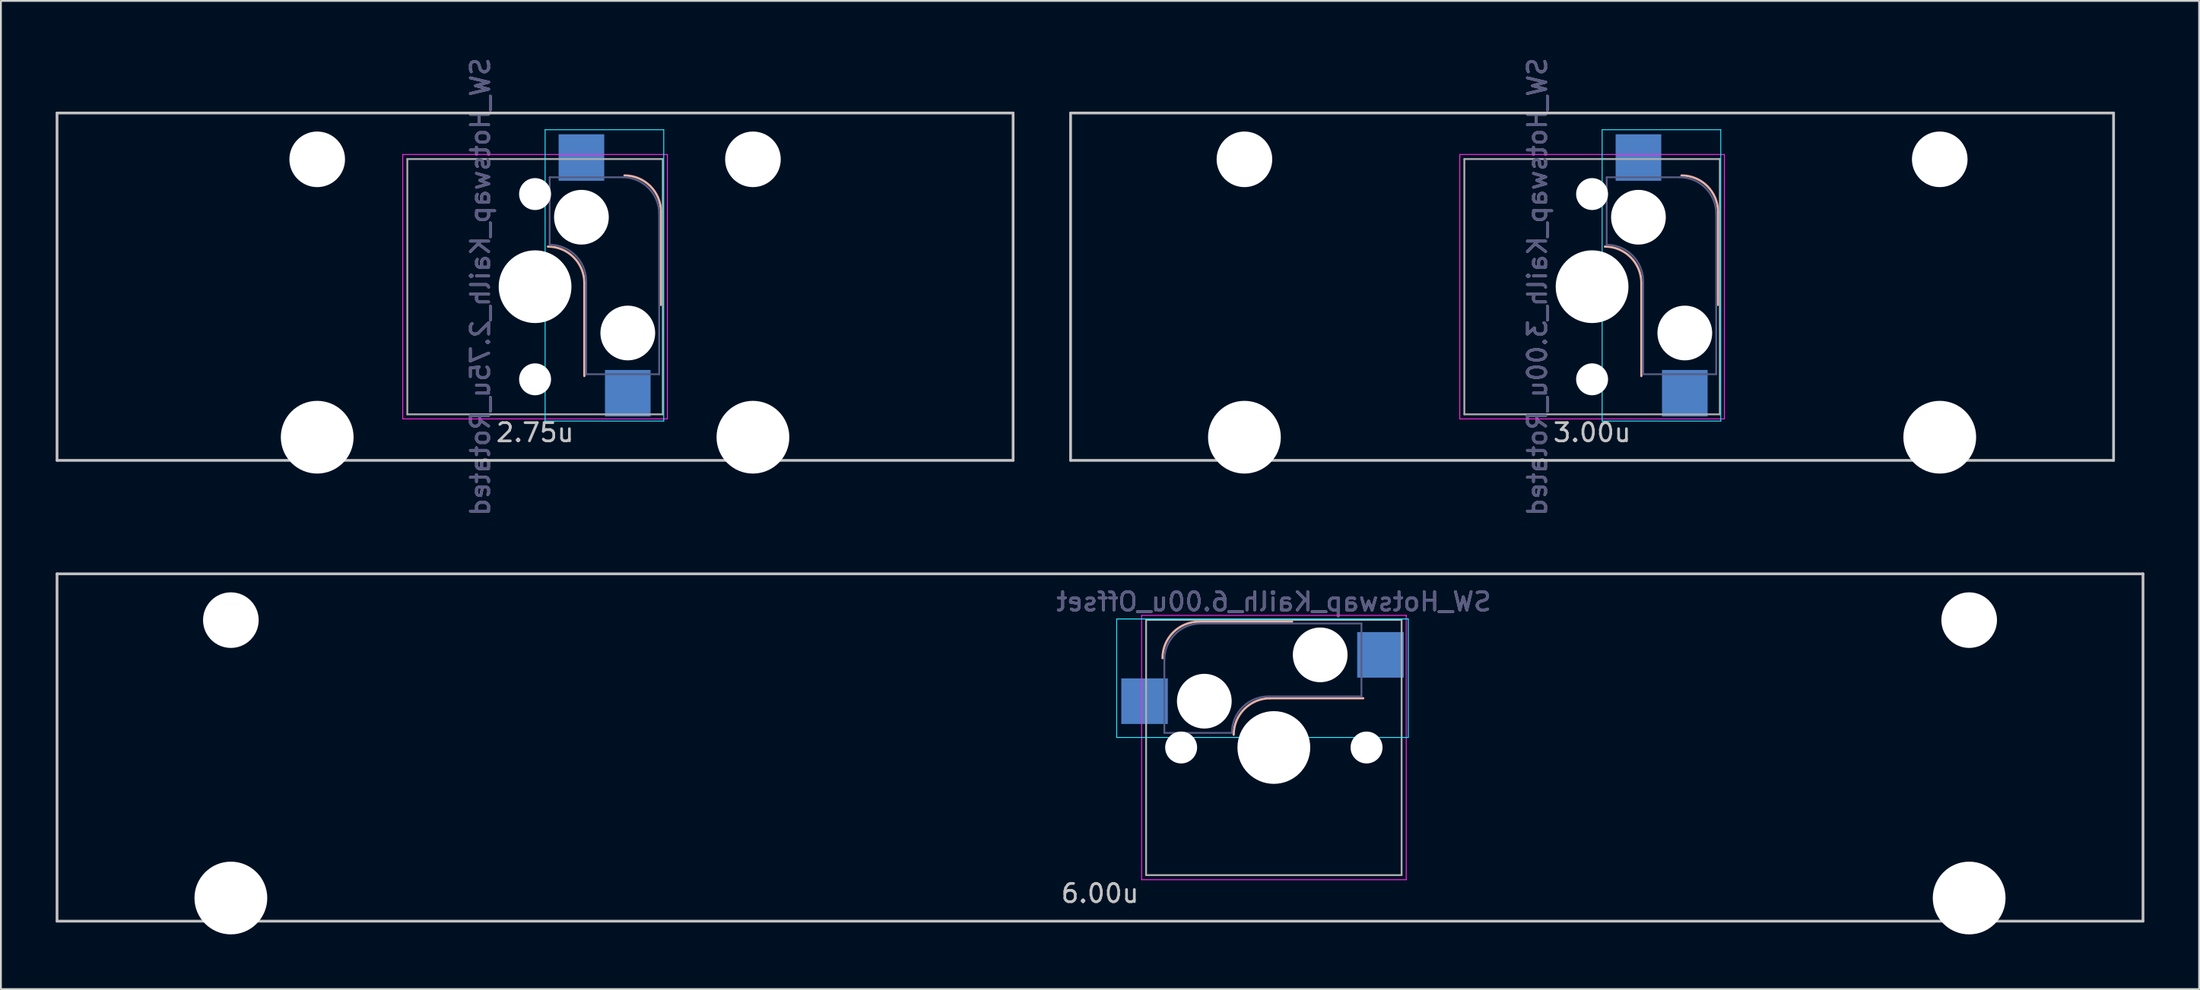
<source format=kicad_pcb>
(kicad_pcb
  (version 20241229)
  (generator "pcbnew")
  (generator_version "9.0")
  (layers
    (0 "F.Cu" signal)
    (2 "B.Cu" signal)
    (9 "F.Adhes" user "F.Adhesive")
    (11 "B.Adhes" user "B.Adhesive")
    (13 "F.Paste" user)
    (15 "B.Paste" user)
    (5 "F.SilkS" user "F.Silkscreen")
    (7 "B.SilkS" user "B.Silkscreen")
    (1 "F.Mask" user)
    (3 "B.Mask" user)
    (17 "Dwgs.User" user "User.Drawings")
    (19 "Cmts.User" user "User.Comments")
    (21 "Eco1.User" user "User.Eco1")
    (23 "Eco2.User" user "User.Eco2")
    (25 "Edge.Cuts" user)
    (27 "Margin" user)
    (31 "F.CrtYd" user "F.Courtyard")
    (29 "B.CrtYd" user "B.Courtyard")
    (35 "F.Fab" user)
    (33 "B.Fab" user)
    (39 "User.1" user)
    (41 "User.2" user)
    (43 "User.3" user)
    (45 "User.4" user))
  (footprint "SW_Hotswap_Kailh_6.00u_Offset"
    (layer "F.Cu")
    (at 57.225 37.945)
    (property "Reference" "SW_Hotswap_Kailh_6.00u_Offset" (at 9.525 -8 0) (layer "B.SilkS") (effects (font (size 1 1) (thickness 0.15)) (justify mirror)))
    (attr smd)
    (fp_line (start 10.525 -6.9) (end 5.425 -6.9) (stroke (width 0.12) (type solid)) (layer "B.SilkS"))
    (fp_line (start 14.425 -2.7) (end 9.325 -2.7) (stroke (width 0.12) (type solid)) (layer "B.SilkS"))
    (fp_arc (start 3.425 -4.9) (mid 4.010786 -6.314214) (end 5.425 -6.9) (stroke (width 0.12) (type solid)) (layer "B.SilkS"))
    (fp_arc (start 7.325 -0.7) (mid 7.910786 -2.114214) (end 9.325 -2.7) (stroke (width 0.12) (type solid)) (layer "B.SilkS"))
    (fp_line (start -57.15 -9.525) (end 57.15 -9.525) (stroke (width 0.15) (type solid)) (layer "Dwgs.User"))
    (fp_line (start -57.15 9.525) (end -57.15 -9.525) (stroke (width 0.15) (type solid)) (layer "Dwgs.User"))
    (fp_line (start -57.15 9.525) (end 57.15 9.525) (stroke (width 0.15) (type solid)) (layer "Dwgs.User"))
    (fp_line (start 57.15 -9.525) (end 57.15 9.525) (stroke (width 0.15) (type solid)) (layer "Dwgs.User"))
    (fp_line (start 0.915 -7.05) (end 16.89 -7.05) (stroke (width 0.05) (type solid)) (layer "B.CrtYd"))
    (fp_line (start 0.915 -0.55) (end 0.915 -7.05) (stroke (width 0.05) (type solid)) (layer "B.CrtYd"))
    (fp_line (start 0.915 -0.55) (end 16.89 -0.55) (stroke (width 0.05) (type solid)) (layer "B.CrtYd"))
    (fp_line (start 16.89 -7.05) (end 16.89 -0.55) (stroke (width 0.05) (type solid)) (layer "B.CrtYd"))
    (fp_line (start 2.28 -7.25) (end 16.78 -7.25) (stroke (width 0.05) (type solid)) (layer "F.CrtYd"))
    (fp_line (start 2.28 7.25) (end 2.28 -7.25) (stroke (width 0.05) (type solid)) (layer "F.CrtYd"))
    (fp_line (start 16.78 -7.25) (end 16.78 7.25) (stroke (width 0.05) (type solid)) (layer "F.CrtYd"))
    (fp_line (start 16.78 7.25) (end 2.28 7.25) (stroke (width 0.05) (type solid)) (layer "F.CrtYd"))
    (fp_line (start 3.525 -0.8) (end 3.525 -4.8) (stroke (width 0.1) (type solid)) (layer "B.Fab"))
    (fp_line (start 3.525 -0.8) (end 7.225 -0.8) (stroke (width 0.1) (type solid)) (layer "B.Fab"))
    (fp_line (start 5.525 -6.8) (end 14.325 -6.8) (stroke (width 0.1) (type solid)) (layer "B.Fab"))
    (fp_line (start 9.225 -2.8) (end 14.325 -2.8) (stroke (width 0.1) (type solid)) (layer "B.Fab"))
    (fp_line (start 14.325 -6.8) (end 14.325 -2.8) (stroke (width 0.1) (type solid)) (layer "B.Fab"))
    (fp_arc (start 3.525 -4.8) (mid 4.110786 -6.214214) (end 5.525 -6.8) (stroke (width 0.1) (type solid)) (layer "B.Fab"))
    (fp_arc (start 7.225 -0.8) (mid 7.810786 -2.214214) (end 9.225 -2.8) (stroke (width 0.1) (type solid)) (layer "B.Fab"))
    (fp_line (start 2.525 -7) (end 16.525 -7) (stroke (width 0.1) (type solid)) (layer "F.Fab"))
    (fp_line (start 2.525 7) (end 2.525 -7) (stroke (width 0.1) (type solid)) (layer "F.Fab"))
    (fp_line (start 16.525 -7) (end 16.525 7) (stroke (width 0.1) (type solid)) (layer "F.Fab"))
    (fp_line (start 16.525 7) (end 2.525 7) (stroke (width 0.1) (type solid)) (layer "F.Fab"))
    (fp_text user "6.00u" (at 0 8 0) (layer "Dwgs.User") (effects (font (size 1 1) (thickness 0.15))))
    (fp_text user "${REFERENCE}" (at 9.525 -8 0) (layer "B.Fab") (effects (font (size 1 1) (thickness 0.15)) (justify mirror)))
    (pad "" np_thru_hole circle (at -47.625 -6.985) (size 3.048 3.048) (drill 3.048) (layers "*.Cu" "*.Mask"))
    (pad "" np_thru_hole circle (at -47.625 8.255) (size 3.988 3.988) (drill 3.988) (layers "*.Cu" "*.Mask"))
    (pad "" np_thru_hole circle (at 4.445 0 48.1) (size 1.75 1.75) (drill 1.75) (layers "*.Cu" "*.Mask"))
    (pad "" np_thru_hole circle (at 5.715 -2.54) (size 3 3) (drill 3) (layers "*.Cu" "*.Mask"))
    (pad "" np_thru_hole circle (at 9.525 0) (size 3.988 3.988) (drill 3.988) (layers "*.Cu" "*.Mask"))
    (pad "" np_thru_hole circle (at 12.065 -5.08) (size 3 3) (drill 3) (layers "*.Cu" "*.Mask"))
    (pad "" np_thru_hole circle (at 14.605 0 48.1) (size 1.75 1.75) (drill 1.75) (layers "*.Cu" "*.Mask"))
    (pad "" np_thru_hole circle (at 47.625 -6.985) (size 3.048 3.048) (drill 3.048) (layers "*.Cu" "*.Mask"))
    (pad "" np_thru_hole circle (at 47.625 8.255) (size 3.988 3.988) (drill 3.988) (layers "*.Cu" "*.Mask"))
    (pad "1" smd rect (at 2.44 -2.54) (size 2.55 2.5) (layers "B.Cu" "B.Mask" "B.Paste"))
    (pad "2" smd rect (at 15.367 -5.08) (size 2.55 2.5) (layers "B.Cu" "B.Mask" "B.Paste")))
  (footprint "SW_Hotswap_Kailh_3.00u_Rotated"
    (layer "F.Cu")
    (at 84.188 12.673)
    (property "Reference" "SW_Hotswap_Kailh_3.00u_Rotated" (at -3 0 90) (layer "B.SilkS") (effects (font (size 1 1) (thickness 0.15)) (justify mirror)))
    (attr smd)
    (fp_line (start 2.7 4.9) (end 2.7 -0.2) (stroke (width 0.12) (type solid)) (layer "B.SilkS"))
    (fp_line (start 6.9 1) (end 6.9 -4.1) (stroke (width 0.12) (type solid)) (layer "B.SilkS"))
    (fp_arc (start 0.7 -2.2) (mid 2.114214 -1.614214) (end 2.7 -0.2) (stroke (width 0.12) (type solid)) (layer "B.SilkS"))
    (fp_arc (start 4.9 -6.1) (mid 6.314214 -5.514214) (end 6.9 -4.1) (stroke (width 0.12) (type solid)) (layer "B.SilkS"))
    (fp_line (start -28.575 -9.525) (end 28.575 -9.525) (stroke (width 0.15) (type solid)) (layer "Dwgs.User"))
    (fp_line (start -28.575 9.525) (end -28.575 -9.525) (stroke (width 0.15) (type solid)) (layer "Dwgs.User"))
    (fp_line (start -28.575 9.525) (end 28.575 9.525) (stroke (width 0.15) (type solid)) (layer "Dwgs.User"))
    (fp_line (start 28.575 -9.525) (end 28.575 9.525) (stroke (width 0.15) (type solid)) (layer "Dwgs.User"))
    (fp_line (start 0.55 -8.61) (end 0.55 7.37) (stroke (width 0.05) (type solid)) (layer "B.CrtYd"))
    (fp_line (start 0.55 -8.61) (end 7.05 -8.61) (stroke (width 0.05) (type solid)) (layer "B.CrtYd"))
    (fp_line (start 7.05 -8.61) (end 7.05 7.37) (stroke (width 0.05) (type solid)) (layer "B.CrtYd"))
    (fp_line (start 7.05 7.37) (end 0.55 7.37) (stroke (width 0.05) (type solid)) (layer "B.CrtYd"))
    (fp_line (start -7.25 -7.25) (end 7.25 -7.25) (stroke (width 0.05) (type solid)) (layer "F.CrtYd"))
    (fp_line (start -7.25 7.25) (end -7.25 -7.25) (stroke (width 0.05) (type solid)) (layer "F.CrtYd"))
    (fp_line (start 7.25 -7.25) (end 7.25 7.25) (stroke (width 0.05) (type solid)) (layer "F.CrtYd"))
    (fp_line (start 7.25 7.25) (end -7.25 7.25) (stroke (width 0.05) (type solid)) (layer "F.CrtYd"))
    (fp_line (start 0.8 -6) (end 0.8 -2.3) (stroke (width 0.1) (type solid)) (layer "B.Fab"))
    (fp_line (start 0.8 -6) (end 4.8 -6) (stroke (width 0.1) (type solid)) (layer "B.Fab"))
    (fp_line (start 2.8 -0.3) (end 2.8 4.8) (stroke (width 0.1) (type solid)) (layer "B.Fab"))
    (fp_line (start 6.8 -4) (end 6.8 4.8) (stroke (width 0.1) (type solid)) (layer "B.Fab"))
    (fp_line (start 6.8 4.8) (end 2.8 4.8) (stroke (width 0.1) (type solid)) (layer "B.Fab"))
    (fp_arc (start 0.8 -2.3) (mid 2.214214 -1.714214) (end 2.8 -0.3) (stroke (width 0.1) (type solid)) (layer "B.Fab"))
    (fp_arc (start 4.8 -6) (mid 6.214214 -5.414214) (end 6.8 -4) (stroke (width 0.1) (type solid)) (layer "B.Fab"))
    (fp_line (start -7 -7) (end 7 -7) (stroke (width 0.1) (type solid)) (layer "F.Fab"))
    (fp_line (start -7 7) (end -7 -7) (stroke (width 0.1) (type solid)) (layer "F.Fab"))
    (fp_line (start 7 -7) (end 7 7) (stroke (width 0.1) (type solid)) (layer "F.Fab"))
    (fp_line (start 7 7) (end -7 7) (stroke (width 0.1) (type solid)) (layer "F.Fab"))
    (fp_text user "3.00u" (at 0 8 0) (layer "Dwgs.User") (effects (font (size 1 1) (thickness 0.15))))
    (fp_text user "${REFERENCE}" (at -3 0 90) (layer "B.Fab") (effects (font (size 1 1) (thickness 0.15)) (justify mirror)))
    (pad "" np_thru_hole circle (at -19.05 -6.985) (size 3.048 3.048) (drill 3.048) (layers "*.Cu" "*.Mask"))
    (pad "" np_thru_hole circle (at -19.05 8.255) (size 3.988 3.988) (drill 3.988) (layers "*.Cu" "*.Mask"))
    (pad "" np_thru_hole circle (at 0 -5.08 318.1) (size 1.75 1.75) (drill 1.75) (layers "*.Cu" "*.Mask"))
    (pad "" np_thru_hole circle (at 0 0 270) (size 3.988 3.988) (drill 3.988) (layers "*.Cu" "*.Mask"))
    (pad "" np_thru_hole circle (at 0 5.08 318.1) (size 1.75 1.75) (drill 1.75) (layers "*.Cu" "*.Mask"))
    (pad "" np_thru_hole circle (at 2.54 -3.81 270) (size 3 3) (drill 3) (layers "*.Cu" "*.Mask"))
    (pad "" np_thru_hole circle (at 5.08 2.54 270) (size 3 3) (drill 3) (layers "*.Cu" "*.Mask"))
    (pad "" np_thru_hole circle (at 19.05 -6.985) (size 3.048 3.048) (drill 3.048) (layers "*.Cu" "*.Mask"))
    (pad "" np_thru_hole circle (at 19.05 8.255) (size 3.988 3.988) (drill 3.988) (layers "*.Cu" "*.Mask"))
    (pad "1" smd rect (at 2.54 -7.085 270) (size 2.55 2.5) (layers "B.Cu" "B.Mask" "B.Paste"))
    (pad "2" smd rect (at 5.08 5.842 270) (size 2.55 2.5) (layers "B.Cu" "B.Mask" "B.Paste")))
  (footprint "SW_Hotswap_Kailh_2.75u_Rotated"
    (layer "F.Cu")
    (at 26.269 12.673)
    (property "Reference" "SW_Hotswap_Kailh_2.75u_Rotated" (at -3 0 90) (layer "B.SilkS") (effects (font (size 1 1) (thickness 0.15)) (justify mirror)))
    (attr smd)
    (fp_line (start 2.7 4.9) (end 2.7 -0.2) (stroke (width 0.12) (type solid)) (layer "B.SilkS"))
    (fp_line (start 6.9 1) (end 6.9 -4.1) (stroke (width 0.12) (type solid)) (layer "B.SilkS"))
    (fp_arc (start 0.7 -2.2) (mid 2.114214 -1.614214) (end 2.7 -0.2) (stroke (width 0.12) (type solid)) (layer "B.SilkS"))
    (fp_arc (start 4.9 -6.1) (mid 6.314214 -5.514214) (end 6.9 -4.1) (stroke (width 0.12) (type solid)) (layer "B.SilkS"))
    (fp_line (start -26.194 -9.525) (end 26.194 -9.525) (stroke (width 0.15) (type solid)) (layer "Dwgs.User"))
    (fp_line (start -26.194 9.525) (end -26.194 -9.525) (stroke (width 0.15) (type solid)) (layer "Dwgs.User"))
    (fp_line (start 26.194 -9.525) (end 26.194 9.525) (stroke (width 0.15) (type solid)) (layer "Dwgs.User"))
    (fp_line (start 26.194 9.525) (end -26.194 9.525) (stroke (width 0.15) (type solid)) (layer "Dwgs.User"))
    (fp_line (start 0.55 -8.61) (end 0.55 7.37) (stroke (width 0.05) (type solid)) (layer "B.CrtYd"))
    (fp_line (start 0.55 -8.61) (end 7.05 -8.61) (stroke (width 0.05) (type solid)) (layer "B.CrtYd"))
    (fp_line (start 7.05 -8.61) (end 7.05 7.37) (stroke (width 0.05) (type solid)) (layer "B.CrtYd"))
    (fp_line (start 7.05 7.37) (end 0.55 7.37) (stroke (width 0.05) (type solid)) (layer "B.CrtYd"))
    (fp_line (start -7.25 -7.25) (end 7.25 -7.25) (stroke (width 0.05) (type solid)) (layer "F.CrtYd"))
    (fp_line (start -7.25 7.25) (end -7.25 -7.25) (stroke (width 0.05) (type solid)) (layer "F.CrtYd"))
    (fp_line (start 7.25 -7.25) (end 7.25 7.25) (stroke (width 0.05) (type solid)) (layer "F.CrtYd"))
    (fp_line (start 7.25 7.25) (end -7.25 7.25) (stroke (width 0.05) (type solid)) (layer "F.CrtYd"))
    (fp_line (start 0.8 -6) (end 0.8 -2.3) (stroke (width 0.1) (type solid)) (layer "B.Fab"))
    (fp_line (start 0.8 -6) (end 4.8 -6) (stroke (width 0.1) (type solid)) (layer "B.Fab"))
    (fp_line (start 2.8 -0.3) (end 2.8 4.8) (stroke (width 0.1) (type solid)) (layer "B.Fab"))
    (fp_line (start 6.8 -4) (end 6.8 4.8) (stroke (width 0.1) (type solid)) (layer "B.Fab"))
    (fp_line (start 6.8 4.8) (end 2.8 4.8) (stroke (width 0.1) (type solid)) (layer "B.Fab"))
    (fp_arc (start 0.8 -2.3) (mid 2.214214 -1.714214) (end 2.8 -0.3) (stroke (width 0.1) (type solid)) (layer "B.Fab"))
    (fp_arc (start 4.8 -6) (mid 6.214214 -5.414214) (end 6.8 -4) (stroke (width 0.1) (type solid)) (layer "B.Fab"))
    (fp_line (start -7 -7) (end 7 -7) (stroke (width 0.1) (type solid)) (layer "F.Fab"))
    (fp_line (start -7 7) (end -7 -7) (stroke (width 0.1) (type solid)) (layer "F.Fab"))
    (fp_line (start 7 -7) (end 7 7) (stroke (width 0.1) (type solid)) (layer "F.Fab"))
    (fp_line (start 7 7) (end -7 7) (stroke (width 0.1) (type solid)) (layer "F.Fab"))
    (fp_text user "2.75u" (at 0 8 0) (layer "Dwgs.User") (effects (font (size 1 1) (thickness 0.15))))
    (fp_text user "${REFERENCE}" (at -3 0 90) (layer "B.Fab") (effects (font (size 1 1) (thickness 0.15)) (justify mirror)))
    (pad "" np_thru_hole circle (at -11.938 -6.985) (size 3.048 3.048) (drill 3.048) (layers "*.Cu" "*.Mask"))
    (pad "" np_thru_hole circle (at -11.938 8.255) (size 3.988 3.988) (drill 3.988) (layers "*.Cu" "*.Mask"))
    (pad "" np_thru_hole circle (at 0 -5.08 318.1) (size 1.75 1.75) (drill 1.75) (layers "*.Cu" "*.Mask"))
    (pad "" np_thru_hole circle (at 0 0 270) (size 3.988 3.988) (drill 3.988) (layers "*.Cu" "*.Mask"))
    (pad "" np_thru_hole circle (at 0 5.08 318.1) (size 1.75 1.75) (drill 1.75) (layers "*.Cu" "*.Mask"))
    (pad "" np_thru_hole circle (at 2.54 -3.81 270) (size 3 3) (drill 3) (layers "*.Cu" "*.Mask"))
    (pad "" np_thru_hole circle (at 5.08 2.54 270) (size 3 3) (drill 3) (layers "*.Cu" "*.Mask"))
    (pad "" np_thru_hole circle (at 11.938 -6.985) (size 3.048 3.048) (drill 3.048) (layers "*.Cu" "*.Mask"))
    (pad "" np_thru_hole circle (at 11.938 8.255) (size 3.988 3.988) (drill 3.988) (layers "*.Cu" "*.Mask"))
    (pad "1" smd rect (at 2.54 -7.085 270) (size 2.55 2.5) (layers "B.Cu" "B.Mask" "B.Paste"))
    (pad "2" smd rect (at 5.08 5.842 270) (size 2.55 2.5) (layers "B.Cu" "B.Mask" "B.Paste")))
  (gr_rect
    (start -3 -3)
    (end 117.45 51.194)
    (stroke (width 0.1) (type default))
    (fill no)
    (layer "Edge.Cuts")))
</source>
